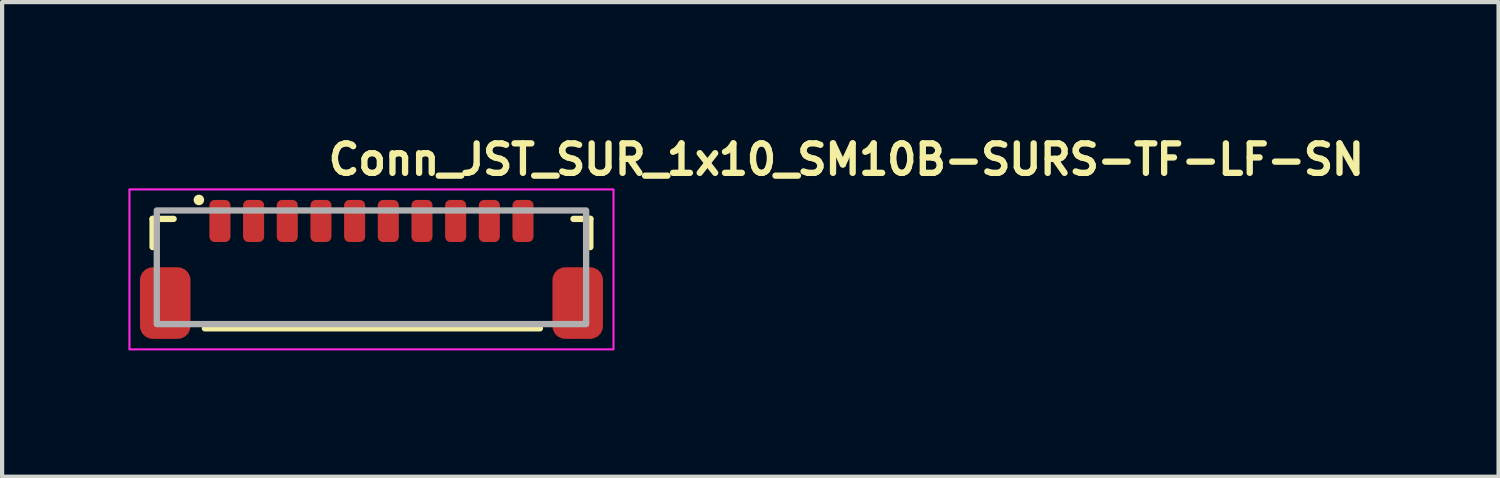
<source format=kicad_pcb>
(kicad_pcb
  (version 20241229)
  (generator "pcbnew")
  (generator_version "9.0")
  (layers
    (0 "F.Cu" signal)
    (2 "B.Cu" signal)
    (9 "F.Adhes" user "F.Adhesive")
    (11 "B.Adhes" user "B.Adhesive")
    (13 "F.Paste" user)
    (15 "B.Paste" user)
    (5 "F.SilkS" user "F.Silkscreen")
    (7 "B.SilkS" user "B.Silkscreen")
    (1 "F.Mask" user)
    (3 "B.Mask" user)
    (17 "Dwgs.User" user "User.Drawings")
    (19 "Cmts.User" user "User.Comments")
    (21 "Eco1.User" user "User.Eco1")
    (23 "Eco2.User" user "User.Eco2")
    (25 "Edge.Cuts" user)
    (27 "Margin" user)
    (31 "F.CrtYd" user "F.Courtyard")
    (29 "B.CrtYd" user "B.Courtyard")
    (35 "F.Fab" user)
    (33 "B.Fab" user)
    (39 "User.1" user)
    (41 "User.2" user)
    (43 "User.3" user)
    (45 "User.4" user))
  (footprint "Conn_JST_SUR_1x10_SM10B-SURS-TF-LF-SN"
    (layer "F.Cu")
    (at 5.775 3.3)
    (property "Reference" "Conn_JST_SUR_1x10_SM10B-SURS-TF-LF-SN" (at -1.1 -2.15 0) (layer "F.SilkS") (effects (font (size 0.7 0.7) (thickness 0.15)) (justify left bottom)))
    (attr smd)
    (fp_line (start -5.2 -1.15) (end -5.2 -0.48) (stroke (width 0.15) (type solid)) (layer "F.SilkS"))
    (fp_line (start -4.7 -1.15) (end -5.2 -1.15) (stroke (width 0.15) (type solid)) (layer "F.SilkS"))
    (fp_line (start -3.958 1.45) (end 4.002 1.45) (stroke (width 0.15) (type solid)) (layer "F.SilkS"))
    (fp_line (start 5.2 -1.15) (end 4.8 -1.15) (stroke (width 0.15) (type solid)) (layer "F.SilkS"))
    (fp_line (start 5.2 -0.48) (end 5.2 -1.15) (stroke (width 0.15) (type solid)) (layer "F.SilkS"))
    (fp_circle (center -4.1 -1.6) (end -4.05 -1.6) (stroke (width 0.15) (type solid)) (fill yes) (layer "F.SilkS"))
    (fp_rect (start -5.75 -1.85) (end 5.75 1.95) (stroke (width 0.05) (type solid)) (fill no) (layer "F.CrtYd"))
    (fp_rect (start -5.1 -1.35) (end 5.1 1.35) (stroke (width 0.15) (type solid)) (fill no) (layer "F.Fab"))
    (fp_rect (start -5.1 -1.35) (end 5.1 1.35) (stroke (width 0.1) (type solid)) (fill no) (layer "User.5"))
    (fp_line (start -5.1 -1.05) (end -4.3 -1.05) (stroke (width 0.02) (type solid)) (layer "User.9"))
    (fp_line (start -5.1 1.35) (end -5.1 -1.05) (stroke (width 0.02) (type solid)) (layer "User.9"))
    (fp_line (start -4.559 0.597) (end -4.355 1.186) (stroke (width 0.02) (type solid)) (layer "User.9"))
    (fp_line (start -4.355 1.186) (end -4.154 0.597) (stroke (width 0.02) (type solid)) (layer "User.9"))
    (fp_line (start -4.3 -1.35) (end -4.3 -1.05) (stroke (width 0.02) (type solid)) (layer "User.9"))
    (fp_line (start -4.3 -1.35) (end 4.3 -1.35) (stroke (width 0.02) (type solid)) (layer "User.9"))
    (fp_line (start -4.154 0.597) (end -4.559 0.597) (stroke (width 0.02) (type solid)) (layer "User.9"))
    (fp_line (start 3.701 1.142) (end 3.702 1.152) (stroke (width 0.02) (type solid)) (layer "User.9"))
    (fp_line (start 3.702 1.152) (end 3.705 1.161) (stroke (width 0.02) (type solid)) (layer "User.9"))
    (fp_line (start 3.705 1.114) (end 3.701 1.142) (stroke (width 0.02) (type solid)) (layer "User.9"))
    (fp_line (start 3.705 1.161) (end 3.717 1.176) (stroke (width 0.02) (type solid)) (layer "User.9"))
    (fp_line (start 3.712 1.087) (end 3.705 1.114) (stroke (width 0.02) (type solid)) (layer "User.9"))
    (fp_line (start 3.717 1.176) (end 3.734 1.187) (stroke (width 0.02) (type solid)) (layer "User.9"))
    (fp_line (start 3.718 1.057) (end 3.712 1.087) (stroke (width 0.02) (type solid)) (layer "User.9"))
    (fp_line (start 3.723 1.045) (end 3.718 1.057) (stroke (width 0.02) (type solid)) (layer "User.9"))
    (fp_line (start 3.726 1.041) (end 3.723 1.045) (stroke (width 0.02) (type solid)) (layer "User.9"))
    (fp_line (start 3.73 1.04) (end 3.726 1.041) (stroke (width 0.02) (type solid)) (layer "User.9"))
    (fp_line (start 3.734 1.187) (end 3.743 1.19) (stroke (width 0.02) (type solid)) (layer "User.9"))
    (fp_line (start 3.743 1.19) (end 3.754 1.191) (stroke (width 0.02) (type solid)) (layer "User.9"))
    (fp_line (start 3.754 1.191) (end 3.936 1.191) (stroke (width 0.02) (type solid)) (layer "User.9"))
    (fp_line (start 3.838 1.099) (end 3.84 1.079) (stroke (width 0.02) (type solid)) (layer "User.9"))
    (fp_line (start 3.839 1.107) (end 3.838 1.099) (stroke (width 0.02) (type solid)) (layer "User.9"))
    (fp_line (start 3.84 1.079) (end 3.85 1.04) (stroke (width 0.02) (type solid)) (layer "User.9"))
    (fp_line (start 3.842 1.114) (end 3.839 1.107) (stroke (width 0.02) (type solid)) (layer "User.9"))
    (fp_line (start 3.85 1.04) (end 3.73 1.04) (stroke (width 0.02) (type solid)) (layer "User.9"))
    (fp_line (start 3.852 1.12) (end 3.842 1.114) (stroke (width 0.02) (type solid)) (layer "User.9"))
    (fp_line (start 3.861 1.122) (end 3.852 1.12) (stroke (width 0.02) (type solid)) (layer "User.9"))
    (fp_line (start 3.871 1.119) (end 3.861 1.122) (stroke (width 0.02) (type solid)) (layer "User.9"))
    (fp_line (start 3.879 1.113) (end 3.871 1.119) (stroke (width 0.02) (type solid)) (layer "User.9"))
    (fp_line (start 3.887 1.097) (end 3.879 1.113) (stroke (width 0.02) (type solid)) (layer "User.9"))
    (fp_line (start 3.892 1.079) (end 3.887 1.097) (stroke (width 0.02) (type solid)) (layer "User.9"))
    (fp_line (start 3.927 0.926) (end 3.892 1.079) (stroke (width 0.02) (type solid)) (layer "User.9"))
    (fp_line (start 3.936 1.191) (end 3.953 1.19) (stroke (width 0.02) (type solid)) (layer "User.9"))
    (fp_line (start 3.953 1.19) (end 3.969 1.185) (stroke (width 0.02) (type solid)) (layer "User.9"))
    (fp_line (start 3.959 0.772) (end 3.927 0.926) (stroke (width 0.02) (type solid)) (layer "User.9"))
    (fp_line (start 3.966 0.733) (end 3.959 0.772) (stroke (width 0.02) (type solid)) (layer "User.9"))
    (fp_line (start 3.969 1.185) (end 3.983 1.178) (stroke (width 0.02) (type solid)) (layer "User.9"))
    (fp_line (start 3.971 0.725) (end 3.966 0.733) (stroke (width 0.02) (type solid)) (layer "User.9"))
    (fp_line (start 3.98 0.722) (end 3.971 0.725) (stroke (width 0.02) (type solid)) (layer "User.9"))
    (fp_line (start 3.983 1.178) (end 3.996 1.168) (stroke (width 0.02) (type solid)) (layer "User.9"))
    (fp_line (start 3.996 1.168) (end 4.006 1.157) (stroke (width 0.02) (type solid)) (layer "User.9"))
    (fp_line (start 4.006 1.157) (end 4.015 1.144) (stroke (width 0.02) (type solid)) (layer "User.9"))
    (fp_line (start 4.015 1.144) (end 4.023 1.131) (stroke (width 0.02) (type solid)) (layer "User.9"))
    (fp_line (start 4.023 1.131) (end 4.028 1.116) (stroke (width 0.02) (type solid)) (layer "User.9"))
    (fp_line (start 4.028 1.116) (end 4.044 1.052) (stroke (width 0.02) (type solid)) (layer "User.9"))
    (fp_line (start 4.044 1.052) (end 4.057 0.986) (stroke (width 0.02) (type solid)) (layer "User.9"))
    (fp_line (start 4.057 0.986) (end 4.087 0.846) (stroke (width 0.02) (type solid)) (layer "User.9"))
    (fp_line (start 4.087 0.846) (end 4.104 0.763) (stroke (width 0.02) (type solid)) (layer "User.9"))
    (fp_line (start 4.092 1.134) (end 4.095 1.155) (stroke (width 0.02) (type solid)) (layer "User.9"))
    (fp_line (start 4.094 1.11) (end 4.092 1.134) (stroke (width 0.02) (type solid)) (layer "User.9"))
    (fp_line (start 4.095 1.155) (end 4.099 1.164) (stroke (width 0.02) (type solid)) (layer "User.9"))
    (fp_line (start 4.099 1.084) (end 4.094 1.11) (stroke (width 0.02) (type solid)) (layer "User.9"))
    (fp_line (start 4.099 1.164) (end 4.105 1.172) (stroke (width 0.02) (type solid)) (layer "User.9"))
    (fp_line (start 4.104 0.763) (end 4.109 0.735) (stroke (width 0.02) (type solid)) (layer "User.9"))
    (fp_line (start 4.105 1.172) (end 4.113 1.178) (stroke (width 0.02) (type solid)) (layer "User.9"))
    (fp_line (start 4.109 0.735) (end 4.111 0.722) (stroke (width 0.02) (type solid)) (layer "User.9"))
    (fp_line (start 4.111 0.722) (end 3.98 0.722) (stroke (width 0.02) (type solid)) (layer "User.9"))
    (fp_line (start 4.111 1.036) (end 4.099 1.084) (stroke (width 0.02) (type solid)) (layer "User.9"))
    (fp_line (start 4.113 1.178) (end 4.123 1.183) (stroke (width 0.02) (type solid)) (layer "User.9"))
    (fp_line (start 4.123 1.183) (end 4.137 1.186) (stroke (width 0.02) (type solid)) (layer "User.9"))
    (fp_line (start 4.137 0.848) (end 4.14 0.87) (stroke (width 0.02) (type solid)) (layer "User.9"))
    (fp_line (start 4.137 1.186) (end 4.153 1.187) (stroke (width 0.02) (type solid)) (layer "User.9"))
    (fp_line (start 4.138 0.825) (end 4.137 0.848) (stroke (width 0.02) (type solid)) (layer "User.9"))
    (fp_line (start 4.14 0.87) (end 4.146 0.89) (stroke (width 0.02) (type solid)) (layer "User.9"))
    (fp_line (start 4.141 0.802) (end 4.138 0.825) (stroke (width 0.02) (type solid)) (layer "User.9"))
    (fp_line (start 4.146 0.89) (end 4.156 0.907) (stroke (width 0.02) (type solid)) (layer "User.9"))
    (fp_line (start 4.147 0.782) (end 4.141 0.802) (stroke (width 0.02) (type solid)) (layer "User.9"))
    (fp_line (start 4.153 1.187) (end 4.238 1.187) (stroke (width 0.02) (type solid)) (layer "User.9"))
    (fp_line (start 4.155 0.764) (end 4.147 0.782) (stroke (width 0.02) (type solid)) (layer "User.9"))
    (fp_line (start 4.156 0.907) (end 4.194 0.947) (stroke (width 0.02) (type solid)) (layer "User.9"))
    (fp_line (start 4.165 0.75) (end 4.155 0.764) (stroke (width 0.02) (type solid)) (layer "User.9"))
    (fp_line (start 4.183 0.735) (end 4.165 0.75) (stroke (width 0.02) (type solid)) (layer "User.9"))
    (fp_line (start 4.194 0.947) (end 4.234 0.986) (stroke (width 0.02) (type solid)) (layer "User.9"))
    (fp_line (start 4.202 0.727) (end 4.183 0.735) (stroke (width 0.02) (type solid)) (layer "User.9"))
    (fp_line (start 4.233 1.103) (end 4.235 1.082) (stroke (width 0.02) (type solid)) (layer "User.9"))
    (fp_line (start 4.234 0.986) (end 4.274 1.025) (stroke (width 0.02) (type solid)) (layer "User.9"))
    (fp_line (start 4.235 1.082) (end 4.245 1.035) (stroke (width 0.02) (type solid)) (layer "User.9"))
    (fp_line (start 4.236 1.111) (end 4.233 1.103) (stroke (width 0.02) (type solid)) (layer "User.9"))
    (fp_line (start 4.238 0.717) (end 4.202 0.727) (stroke (width 0.02) (type solid)) (layer "User.9"))
    (fp_line (start 4.238 1.187) (end 4.317 1.188) (stroke (width 0.02) (type solid)) (layer "User.9"))
    (fp_line (start 4.241 1.117) (end 4.236 1.111) (stroke (width 0.02) (type solid)) (layer "User.9"))
    (fp_line (start 4.245 1.035) (end 4.111 1.036) (stroke (width 0.02) (type solid)) (layer "User.9"))
    (fp_line (start 4.248 1.12) (end 4.241 1.117) (stroke (width 0.02) (type solid)) (layer "User.9"))
    (fp_line (start 4.258 1.121) (end 4.248 1.12) (stroke (width 0.02) (type solid)) (layer "User.9"))
    (fp_line (start 4.267 1.12) (end 4.258 1.121) (stroke (width 0.02) (type solid)) (layer "User.9"))
    (fp_line (start 4.274 1.025) (end 4.291 1.048) (stroke (width 0.02) (type solid)) (layer "User.9"))
    (fp_line (start 4.277 1.117) (end 4.267 1.12) (stroke (width 0.02) (type solid)) (layer "User.9"))
    (fp_line (start 4.286 1.111) (end 4.277 1.117) (stroke (width 0.02) (type solid)) (layer "User.9"))
    (fp_line (start 4.291 0.841) (end 4.292 0.825) (stroke (width 0.02) (type solid)) (layer "User.9"))
    (fp_line (start 4.291 1.048) (end 4.296 1.062) (stroke (width 0.02) (type solid)) (layer "User.9"))
    (fp_line (start 4.292 0.825) (end 4.298 0.81) (stroke (width 0.02) (type solid)) (layer "User.9"))
    (fp_line (start 4.293 1.103) (end 4.286 1.111) (stroke (width 0.02) (type solid)) (layer "User.9"))
    (fp_line (start 4.296 0.855) (end 4.291 0.841) (stroke (width 0.02) (type solid)) (layer "User.9"))
    (fp_line (start 4.296 1.062) (end 4.298 1.077) (stroke (width 0.02) (type solid)) (layer "User.9"))
    (fp_line (start 4.297 1.092) (end 4.293 1.103) (stroke (width 0.02) (type solid)) (layer "User.9"))
    (fp_line (start 4.298 0.81) (end 4.308 0.8) (stroke (width 0.02) (type solid)) (layer "User.9"))
    (fp_line (start 4.298 1.077) (end 4.297 1.092) (stroke (width 0.02) (type solid)) (layer "User.9"))
    (fp_line (start 4.3 -1.05) (end 4.3 -1.35) (stroke (width 0.02) (type solid)) (layer "User.9"))
    (fp_line (start 4.3 -1.05) (end 5.1 -1.05) (stroke (width 0.02) (type solid)) (layer "User.9"))
    (fp_line (start 4.308 0.8) (end 4.325 0.794) (stroke (width 0.02) (type solid)) (layer "User.9"))
    (fp_line (start 4.317 1.188) (end 4.353 1.186) (stroke (width 0.02) (type solid)) (layer "User.9"))
    (fp_line (start 4.325 0.794) (end 4.343 0.794) (stroke (width 0.02) (type solid)) (layer "User.9"))
    (fp_line (start 4.343 0.794) (end 4.352 0.796) (stroke (width 0.02) (type solid)) (layer "User.9"))
    (fp_line (start 4.352 0.796) (end 4.358 0.8) (stroke (width 0.02) (type solid)) (layer "User.9"))
    (fp_line (start 4.353 1.186) (end 4.385 1.181) (stroke (width 0.02) (type solid)) (layer "User.9"))
    (fp_line (start 4.358 0.8) (end 4.363 0.806) (stroke (width 0.02) (type solid)) (layer "User.9"))
    (fp_line (start 4.358 0.879) (end 4.478 0.879) (stroke (width 0.02) (type solid)) (layer "User.9"))
    (fp_line (start 4.363 0.806) (end 4.366 0.813) (stroke (width 0.02) (type solid)) (layer "User.9"))
    (fp_line (start 4.366 0.813) (end 4.358 0.879) (stroke (width 0.02) (type solid)) (layer "User.9"))
    (fp_line (start 4.376 0.931) (end 4.296 0.855) (stroke (width 0.02) (type solid)) (layer "User.9"))
    (fp_line (start 4.385 1.181) (end 4.399 1.176) (stroke (width 0.02) (type solid)) (layer "User.9"))
    (fp_line (start 4.399 1.176) (end 4.412 1.169) (stroke (width 0.02) (type solid)) (layer "User.9"))
    (fp_line (start 4.412 1.169) (end 4.424 1.161) (stroke (width 0.02) (type solid)) (layer "User.9"))
    (fp_line (start 4.415 0.965) (end 4.376 0.931) (stroke (width 0.02) (type solid)) (layer "User.9"))
    (fp_line (start 4.424 1.161) (end 4.434 1.15) (stroke (width 0.02) (type solid)) (layer "User.9"))
    (fp_line (start 4.429 0.979) (end 4.415 0.965) (stroke (width 0.02) (type solid)) (layer "User.9"))
    (fp_line (start 4.434 1.15) (end 4.442 1.137) (stroke (width 0.02) (type solid)) (layer "User.9"))
    (fp_line (start 4.44 0.993) (end 4.429 0.979) (stroke (width 0.02) (type solid)) (layer "User.9"))
    (fp_line (start 4.442 1.137) (end 4.448 1.121) (stroke (width 0.02) (type solid)) (layer "User.9"))
    (fp_line (start 4.443 0.717) (end 4.238 0.717) (stroke (width 0.02) (type solid)) (layer "User.9"))
    (fp_line (start 4.448 1.009) (end 4.44 0.993) (stroke (width 0.02) (type solid)) (layer "User.9"))
    (fp_line (start 4.448 1.121) (end 4.452 1.103) (stroke (width 0.02) (type solid)) (layer "User.9"))
    (fp_line (start 4.452 1.103) (end 4.455 1.081) (stroke (width 0.02) (type solid)) (layer "User.9"))
    (fp_line (start 4.453 1.028) (end 4.448 1.009) (stroke (width 0.02) (type solid)) (layer "User.9"))
    (fp_line (start 4.455 1.052) (end 4.453 1.028) (stroke (width 0.02) (type solid)) (layer "User.9"))
    (fp_line (start 4.455 1.081) (end 4.455 1.052) (stroke (width 0.02) (type solid)) (layer "User.9"))
    (fp_line (start 4.46 0.723) (end 4.443 0.717) (stroke (width 0.02) (type solid)) (layer "User.9"))
    (fp_line (start 4.477 0.732) (end 4.46 0.723) (stroke (width 0.02) (type solid)) (layer "User.9"))
    (fp_line (start 4.478 0.879) (end 4.483 0.858) (stroke (width 0.02) (type solid)) (layer "User.9"))
    (fp_line (start 4.483 0.858) (end 4.488 0.832) (stroke (width 0.02) (type solid)) (layer "User.9"))
    (fp_line (start 4.484 0.739) (end 4.477 0.732) (stroke (width 0.02) (type solid)) (layer "User.9"))
    (fp_line (start 4.488 0.832) (end 4.493 0.783) (stroke (width 0.02) (type solid)) (layer "User.9"))
    (fp_line (start 4.49 0.75) (end 4.484 0.739) (stroke (width 0.02) (type solid)) (layer "User.9"))
    (fp_line (start 4.493 0.765) (end 4.49 0.75) (stroke (width 0.02) (type solid)) (layer "User.9"))
    (fp_line (start 4.493 0.783) (end 4.493 0.765) (stroke (width 0.02) (type solid)) (layer "User.9"))
    (fp_line (start 4.525 0.788) (end 4.642 0.788) (stroke (width 0.02) (type solid)) (layer "User.9"))
    (fp_line (start 4.537 0.721) (end 4.525 0.788) (stroke (width 0.02) (type solid)) (layer "User.9"))
    (fp_line (start 4.561 1.177) (end 4.563 1.181) (stroke (width 0.02) (type solid)) (layer "User.9"))
    (fp_line (start 4.562 1.172) (end 4.561 1.177) (stroke (width 0.02) (type solid)) (layer "User.9"))
    (fp_line (start 4.563 1.181) (end 4.574 1.184) (stroke (width 0.02) (type solid)) (layer "User.9"))
    (fp_line (start 4.574 1.184) (end 4.63 1.183) (stroke (width 0.02) (type solid)) (layer "User.9"))
    (fp_line (start 4.606 0.969) (end 4.562 1.172) (stroke (width 0.02) (type solid)) (layer "User.9"))
    (fp_line (start 4.63 1.183) (end 4.716 1.183) (stroke (width 0.02) (type solid)) (layer "User.9"))
    (fp_line (start 4.632 0.848) (end 4.606 0.969) (stroke (width 0.02) (type solid)) (layer "User.9"))
    (fp_line (start 4.64 0.807) (end 4.632 0.848) (stroke (width 0.02) (type solid)) (layer "User.9"))
    (fp_line (start 4.642 0.788) (end 4.64 0.807) (stroke (width 0.02) (type solid)) (layer "User.9"))
    (fp_line (start 4.716 1.183) (end 4.72 1.172) (stroke (width 0.02) (type solid)) (layer "User.9"))
    (fp_line (start 4.72 1.172) (end 4.725 1.151) (stroke (width 0.02) (type solid)) (layer "User.9"))
    (fp_line (start 4.725 1.151) (end 4.738 1.091) (stroke (width 0.02) (type solid)) (layer "User.9"))
    (fp_line (start 4.738 1.091) (end 4.759 0.987) (stroke (width 0.02) (type solid)) (layer "User.9"))
    (fp_line (start 4.759 0.987) (end 4.78 0.882) (stroke (width 0.02) (type solid)) (layer "User.9"))
    (fp_line (start 4.78 0.882) (end 4.794 0.819) (stroke (width 0.02) (type solid)) (layer "User.9"))
    (fp_line (start 4.794 0.819) (end 4.799 0.798) (stroke (width 0.02) (type solid)) (layer "User.9"))
    (fp_line (start 4.799 0.798) (end 4.802 0.789) (stroke (width 0.02) (type solid)) (layer "User.9"))
    (fp_line (start 4.802 0.789) (end 4.824 0.787) (stroke (width 0.02) (type solid)) (layer "User.9"))
    (fp_line (start 4.824 0.787) (end 4.86 0.787) (stroke (width 0.02) (type solid)) (layer "User.9"))
    (fp_line (start 4.86 0.787) (end 4.924 0.788) (stroke (width 0.02) (type solid)) (layer "User.9"))
    (fp_line (start 4.924 0.788) (end 4.936 0.735) (stroke (width 0.02) (type solid)) (layer "User.9"))
    (fp_line (start 4.936 0.72) (end 4.537 0.721) (stroke (width 0.02) (type solid)) (layer "User.9"))
    (fp_line (start 4.936 0.735) (end 4.936 0.72) (stroke (width 0.02) (type solid)) (layer "User.9"))
    (fp_line (start 5.1 -1.05) (end 5.1 1.35) (stroke (width 0.02) (type solid)) (layer "User.9"))
    (fp_line (start 5.1 1.35) (end -5.1 1.35) (stroke (width 0.02) (type solid)) (layer "User.9"))
    (pad "1" smd roundrect (at -3.6 -1.1 180) (size 0.5 1) (layers "F.Cu" "F.Mask" "F.Paste") (roundrect_rratio 0.25))
    (pad "2" smd roundrect (at -2.8 -1.1 180) (size 0.5 1) (layers "F.Cu" "F.Mask" "F.Paste") (roundrect_rratio 0.25))
    (pad "3" smd roundrect (at -2 -1.1 180) (size 0.5 1) (layers "F.Cu" "F.Mask" "F.Paste") (roundrect_rratio 0.25))
    (pad "4" smd roundrect (at -1.2 -1.1 180) (size 0.5 1) (layers "F.Cu" "F.Mask" "F.Paste") (roundrect_rratio 0.25))
    (pad "5" smd roundrect (at -0.4 -1.1 180) (size 0.5 1) (layers "F.Cu" "F.Mask" "F.Paste") (roundrect_rratio 0.25))
    (pad "6" smd roundrect (at 0.4 -1.1 180) (size 0.5 1) (layers "F.Cu" "F.Mask" "F.Paste") (roundrect_rratio 0.25))
    (pad "7" smd roundrect (at 1.2 -1.1 180) (size 0.5 1) (layers "F.Cu" "F.Mask" "F.Paste") (roundrect_rratio 0.25))
    (pad "8" smd roundrect (at 2 -1.1 180) (size 0.5 1) (layers "F.Cu" "F.Mask" "F.Paste") (roundrect_rratio 0.25))
    (pad "9" smd roundrect (at 2.8 -1.1 180) (size 0.5 1) (layers "F.Cu" "F.Mask" "F.Paste") (roundrect_rratio 0.25))
    (pad "10" smd roundrect (at 3.6 -1.1 180) (size 0.5 1) (layers "F.Cu" "F.Mask" "F.Paste") (roundrect_rratio 0.25))
    (pad "MP" smd roundrect (at -4.9 0.85) (size 1.2 1.7) (layers "F.Cu" "F.Mask" "F.Paste") (roundrect_rratio 0.25))
    (pad "MP" smd roundrect (at 4.9 0.85) (size 1.2 1.7) (layers "F.Cu" "F.Mask" "F.Paste") (roundrect_rratio 0.25)))
  (gr_rect
    (start -3 -3)
    (end 32.552 8.275)
    (stroke (width 0.1) (type default))
    (fill no)
    (layer "Edge.Cuts")))
</source>
